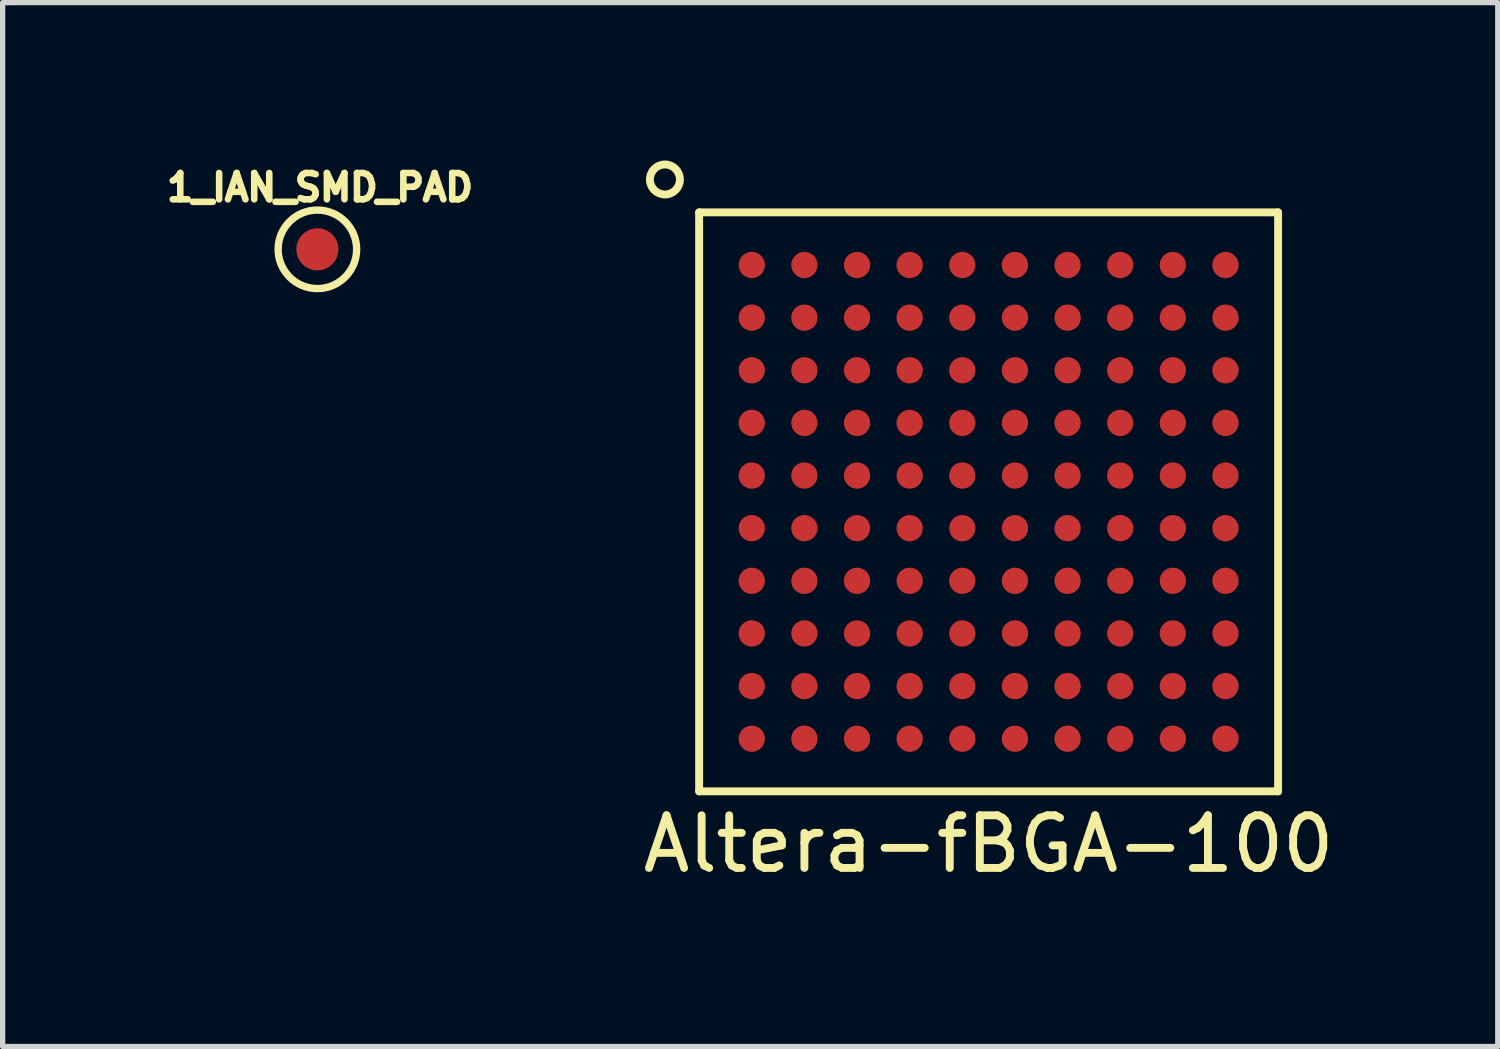
<source format=kicad_pcb>
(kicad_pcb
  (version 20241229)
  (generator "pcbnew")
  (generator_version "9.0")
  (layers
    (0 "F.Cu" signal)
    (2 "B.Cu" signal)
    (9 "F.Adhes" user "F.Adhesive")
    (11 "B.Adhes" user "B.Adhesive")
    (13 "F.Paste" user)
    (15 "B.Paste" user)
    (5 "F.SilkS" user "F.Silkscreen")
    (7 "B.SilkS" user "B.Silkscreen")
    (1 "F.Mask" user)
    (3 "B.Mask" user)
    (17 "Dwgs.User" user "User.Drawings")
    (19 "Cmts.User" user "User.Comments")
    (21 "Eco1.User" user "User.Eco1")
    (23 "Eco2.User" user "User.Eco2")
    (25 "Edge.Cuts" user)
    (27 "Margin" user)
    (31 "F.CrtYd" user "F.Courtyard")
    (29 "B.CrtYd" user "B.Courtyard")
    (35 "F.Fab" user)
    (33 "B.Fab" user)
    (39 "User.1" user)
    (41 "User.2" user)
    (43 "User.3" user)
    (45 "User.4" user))
  (footprint "1_IAN_SMD_PAD"
    (layer "F.Cu")
    (at 2.98 1.687)
    (property "Reference" "1_IAN_SMD_PAD" (at 0.05 -1.175 0) (layer "F.SilkS") (effects (font (size 0.5 0.5) (thickness 0.125))))
    (attr through_hole)
    (fp_circle (center 0 0) (end 0.475 0.575) (stroke (width 0.14) (type solid)) (fill no) (layer "F.SilkS"))
    (pad "1" smd circle (at 0 0) (size 0.8 0.8) (layers "F.Cu" "F.Mask" "F.Paste")))
  (footprint "Altera-fBGA-100"
    (layer "F.Cu")
    (at 15.733 6.485)
    (property "Reference" "Altera-fBGA-100" (at 0 6.5 0) (layer "F.SilkS") (effects (font (size 1 1) (thickness 0.15))))
    (attr through_hole)
    (fp_line (start -5.5 -5.5) (end 5.5 -5.5) (stroke (width 0.15) (type solid)) (layer "F.SilkS"))
    (fp_line (start -5.5 5.5) (end -5.5 -5.5) (stroke (width 0.15) (type solid)) (layer "F.SilkS"))
    (fp_line (start 5.5 -5.5) (end 5.5 5.5) (stroke (width 0.15) (type solid)) (layer "F.SilkS"))
    (fp_line (start 5.5 5.5) (end -5.5 5.5) (stroke (width 0.15) (type solid)) (layer "F.SilkS"))
    (fp_circle (center -6.15 -6.125) (end -6.375 -6.3) (stroke (width 0.15) (type solid)) (fill no) (layer "F.SilkS"))
    (pad "A1" smd circle (at -4.5 -4.5) (size 0.5 0.5) (layers "F.Cu" "F.Mask" "F.Paste"))
    (pad "A2" smd circle (at -3.5 -4.5) (size 0.5 0.5) (layers "F.Cu" "F.Mask" "F.Paste"))
    (pad "A3" smd circle (at -2.5 -4.5) (size 0.5 0.5) (layers "F.Cu" "F.Mask" "F.Paste"))
    (pad "A4" smd circle (at -1.5 -4.5) (size 0.5 0.5) (layers "F.Cu" "F.Mask" "F.Paste"))
    (pad "A5" smd circle (at -0.5 -4.5) (size 0.5 0.5) (layers "F.Cu" "F.Mask" "F.Paste"))
    (pad "A6" smd circle (at 0.5 -4.5) (size 0.5 0.5) (layers "F.Cu" "F.Mask" "F.Paste"))
    (pad "A7" smd circle (at 1.5 -4.5) (size 0.5 0.5) (layers "F.Cu" "F.Mask" "F.Paste"))
    (pad "A8" smd circle (at 2.5 -4.5) (size 0.5 0.5) (layers "F.Cu" "F.Mask" "F.Paste"))
    (pad "A9" smd circle (at 3.5 -4.5) (size 0.5 0.5) (layers "F.Cu" "F.Mask" "F.Paste"))
    (pad "A10" smd circle (at 4.5 -4.5) (size 0.5 0.5) (layers "F.Cu" "F.Mask" "F.Paste"))
    (pad "B1" smd circle (at -4.5 -3.5) (size 0.5 0.5) (layers "F.Cu" "F.Mask" "F.Paste"))
    (pad "B2" smd circle (at -3.5 -3.5) (size 0.5 0.5) (layers "F.Cu" "F.Mask" "F.Paste"))
    (pad "B3" smd circle (at -2.5 -3.5) (size 0.5 0.5) (layers "F.Cu" "F.Mask" "F.Paste"))
    (pad "B4" smd circle (at -1.5 -3.5) (size 0.5 0.5) (layers "F.Cu" "F.Mask" "F.Paste"))
    (pad "B5" smd circle (at -0.5 -3.5) (size 0.5 0.5) (layers "F.Cu" "F.Mask" "F.Paste"))
    (pad "B6" smd circle (at 0.5 -3.5) (size 0.5 0.5) (layers "F.Cu" "F.Mask" "F.Paste"))
    (pad "B7" smd circle (at 1.5 -3.5) (size 0.5 0.5) (layers "F.Cu" "F.Mask" "F.Paste"))
    (pad "B8" smd circle (at 2.5 -3.5) (size 0.5 0.5) (layers "F.Cu" "F.Mask" "F.Paste"))
    (pad "B9" smd circle (at 3.5 -3.5) (size 0.5 0.5) (layers "F.Cu" "F.Mask" "F.Paste"))
    (pad "B10" smd circle (at 4.5 -3.5) (size 0.5 0.5) (layers "F.Cu" "F.Mask" "F.Paste"))
    (pad "C1" smd circle (at -4.5 -2.5) (size 0.5 0.5) (layers "F.Cu" "F.Mask" "F.Paste"))
    (pad "C2" smd circle (at -3.5 -2.5) (size 0.5 0.5) (layers "F.Cu" "F.Mask" "F.Paste"))
    (pad "C3" smd circle (at -2.5 -2.5) (size 0.5 0.5) (layers "F.Cu" "F.Mask" "F.Paste"))
    (pad "C4" smd circle (at -1.5 -2.5) (size 0.5 0.5) (layers "F.Cu" "F.Mask" "F.Paste"))
    (pad "C5" smd circle (at -0.5 -2.5) (size 0.5 0.5) (layers "F.Cu" "F.Mask" "F.Paste"))
    (pad "C6" smd circle (at 0.5 -2.5) (size 0.5 0.5) (layers "F.Cu" "F.Mask" "F.Paste"))
    (pad "C7" smd circle (at 1.5 -2.5) (size 0.5 0.5) (layers "F.Cu" "F.Mask" "F.Paste"))
    (pad "C8" smd circle (at 2.5 -2.5) (size 0.5 0.5) (layers "F.Cu" "F.Mask" "F.Paste"))
    (pad "C9" smd circle (at 3.5 -2.5) (size 0.5 0.5) (layers "F.Cu" "F.Mask" "F.Paste"))
    (pad "C10" smd circle (at 4.5 -2.5) (size 0.5 0.5) (layers "F.Cu" "F.Mask" "F.Paste"))
    (pad "D1" smd circle (at -4.5 -1.5) (size 0.5 0.5) (layers "F.Cu" "F.Mask" "F.Paste"))
    (pad "D2" smd circle (at -3.5 -1.5) (size 0.5 0.5) (layers "F.Cu" "F.Mask" "F.Paste"))
    (pad "D3" smd circle (at -2.5 -1.5) (size 0.5 0.5) (layers "F.Cu" "F.Mask" "F.Paste"))
    (pad "D4" smd circle (at -1.5 -1.5) (size 0.5 0.5) (layers "F.Cu" "F.Mask" "F.Paste"))
    (pad "D5" smd circle (at -0.5 -1.5) (size 0.5 0.5) (layers "F.Cu" "F.Mask" "F.Paste"))
    (pad "D6" smd circle (at 0.5 -1.5) (size 0.5 0.5) (layers "F.Cu" "F.Mask" "F.Paste"))
    (pad "D7" smd circle (at 1.5 -1.5) (size 0.5 0.5) (layers "F.Cu" "F.Mask" "F.Paste"))
    (pad "D8" smd circle (at 2.5 -1.5) (size 0.5 0.5) (layers "F.Cu" "F.Mask" "F.Paste"))
    (pad "D9" smd circle (at 3.5 -1.5) (size 0.5 0.5) (layers "F.Cu" "F.Mask" "F.Paste"))
    (pad "D10" smd circle (at 4.5 -1.5) (size 0.5 0.5) (layers "F.Cu" "F.Mask" "F.Paste"))
    (pad "E1" smd circle (at -4.5 -0.5) (size 0.5 0.5) (layers "F.Cu" "F.Mask" "F.Paste"))
    (pad "E2" smd circle (at -3.5 -0.5) (size 0.5 0.5) (layers "F.Cu" "F.Mask" "F.Paste"))
    (pad "E3" smd circle (at -2.5 -0.5) (size 0.5 0.5) (layers "F.Cu" "F.Mask" "F.Paste"))
    (pad "E4" smd circle (at -1.5 -0.5) (size 0.5 0.5) (layers "F.Cu" "F.Mask" "F.Paste"))
    (pad "E5" smd circle (at -0.5 -0.5) (size 0.5 0.5) (layers "F.Cu" "F.Mask" "F.Paste"))
    (pad "E6" smd circle (at 0.5 -0.5) (size 0.5 0.5) (layers "F.Cu" "F.Mask" "F.Paste"))
    (pad "E7" smd circle (at 1.5 -0.5) (size 0.5 0.5) (layers "F.Cu" "F.Mask" "F.Paste"))
    (pad "E8" smd circle (at 2.5 -0.5) (size 0.5 0.5) (layers "F.Cu" "F.Mask" "F.Paste"))
    (pad "E9" smd circle (at 3.5 -0.5) (size 0.5 0.5) (layers "F.Cu" "F.Mask" "F.Paste"))
    (pad "E10" smd circle (at 4.5 -0.5) (size 0.5 0.5) (layers "F.Cu" "F.Mask" "F.Paste"))
    (pad "F1" smd circle (at -4.5 0.5) (size 0.5 0.5) (layers "F.Cu" "F.Mask" "F.Paste"))
    (pad "F2" smd circle (at -3.5 0.5) (size 0.5 0.5) (layers "F.Cu" "F.Mask" "F.Paste"))
    (pad "F3" smd circle (at -2.5 0.5) (size 0.5 0.5) (layers "F.Cu" "F.Mask" "F.Paste"))
    (pad "F4" smd circle (at -1.5 0.5) (size 0.5 0.5) (layers "F.Cu" "F.Mask" "F.Paste"))
    (pad "F5" smd circle (at -0.5 0.5) (size 0.5 0.5) (layers "F.Cu" "F.Mask" "F.Paste"))
    (pad "F6" smd circle (at 0.5 0.5) (size 0.5 0.5) (layers "F.Cu" "F.Mask" "F.Paste"))
    (pad "F7" smd circle (at 1.5 0.5) (size 0.5 0.5) (layers "F.Cu" "F.Mask" "F.Paste"))
    (pad "F8" smd circle (at 2.5 0.5) (size 0.5 0.5) (layers "F.Cu" "F.Mask" "F.Paste"))
    (pad "F9" smd circle (at 3.5 0.5) (size 0.5 0.5) (layers "F.Cu" "F.Mask" "F.Paste"))
    (pad "F10" smd circle (at 4.5 0.5) (size 0.5 0.5) (layers "F.Cu" "F.Mask" "F.Paste"))
    (pad "G1" smd circle (at -4.5 1.5) (size 0.5 0.5) (layers "F.Cu" "F.Mask" "F.Paste"))
    (pad "G2" smd circle (at -3.5 1.5) (size 0.5 0.5) (layers "F.Cu" "F.Mask" "F.Paste"))
    (pad "G3" smd circle (at -2.5 1.5) (size 0.5 0.5) (layers "F.Cu" "F.Mask" "F.Paste"))
    (pad "G4" smd circle (at -1.5 1.5) (size 0.5 0.5) (layers "F.Cu" "F.Mask" "F.Paste"))
    (pad "G5" smd circle (at -0.5 1.5) (size 0.5 0.5) (layers "F.Cu" "F.Mask" "F.Paste"))
    (pad "G6" smd circle (at 0.5 1.5) (size 0.5 0.5) (layers "F.Cu" "F.Mask" "F.Paste"))
    (pad "G7" smd circle (at 1.5 1.5) (size 0.5 0.5) (layers "F.Cu" "F.Mask" "F.Paste"))
    (pad "G8" smd circle (at 2.5 1.5) (size 0.5 0.5) (layers "F.Cu" "F.Mask" "F.Paste"))
    (pad "G9" smd circle (at 3.5 1.5) (size 0.5 0.5) (layers "F.Cu" "F.Mask" "F.Paste"))
    (pad "G10" smd circle (at 4.5 1.5) (size 0.5 0.5) (layers "F.Cu" "F.Mask" "F.Paste"))
    (pad "H1" smd circle (at -4.5 2.5) (size 0.5 0.5) (layers "F.Cu" "F.Mask" "F.Paste"))
    (pad "H2" smd circle (at -3.5 2.5) (size 0.5 0.5) (layers "F.Cu" "F.Mask" "F.Paste"))
    (pad "H3" smd circle (at -2.5 2.5) (size 0.5 0.5) (layers "F.Cu" "F.Mask" "F.Paste"))
    (pad "H4" smd circle (at -1.5 2.5) (size 0.5 0.5) (layers "F.Cu" "F.Mask" "F.Paste"))
    (pad "H5" smd circle (at -0.5 2.5) (size 0.5 0.5) (layers "F.Cu" "F.Mask" "F.Paste"))
    (pad "H6" smd circle (at 0.5 2.5) (size 0.5 0.5) (layers "F.Cu" "F.Mask" "F.Paste"))
    (pad "H7" smd circle (at 1.5 2.5) (size 0.5 0.5) (layers "F.Cu" "F.Mask" "F.Paste"))
    (pad "H8" smd circle (at 2.5 2.5) (size 0.5 0.5) (layers "F.Cu" "F.Mask" "F.Paste"))
    (pad "H9" smd circle (at 3.5 2.5) (size 0.5 0.5) (layers "F.Cu" "F.Mask" "F.Paste"))
    (pad "H10" smd circle (at 4.5 2.5) (size 0.5 0.5) (layers "F.Cu" "F.Mask" "F.Paste"))
    (pad "J1" smd circle (at -4.5 3.5) (size 0.5 0.5) (layers "F.Cu" "F.Mask" "F.Paste"))
    (pad "J2" smd circle (at -3.5 3.5) (size 0.5 0.5) (layers "F.Cu" "F.Mask" "F.Paste"))
    (pad "J3" smd circle (at -2.5 3.5) (size 0.5 0.5) (layers "F.Cu" "F.Mask" "F.Paste"))
    (pad "J4" smd circle (at -1.5 3.5) (size 0.5 0.5) (layers "F.Cu" "F.Mask" "F.Paste"))
    (pad "J5" smd circle (at -0.5 3.5) (size 0.5 0.5) (layers "F.Cu" "F.Mask" "F.Paste"))
    (pad "J6" smd circle (at 0.5 3.5) (size 0.5 0.5) (layers "F.Cu" "F.Mask" "F.Paste"))
    (pad "J7" smd circle (at 1.5 3.5) (size 0.5 0.5) (layers "F.Cu" "F.Mask" "F.Paste"))
    (pad "J8" smd circle (at 2.5 3.5) (size 0.5 0.5) (layers "F.Cu" "F.Mask" "F.Paste"))
    (pad "J9" smd circle (at 3.5 3.5) (size 0.5 0.5) (layers "F.Cu" "F.Mask" "F.Paste"))
    (pad "J10" smd circle (at 4.5 3.5) (size 0.5 0.5) (layers "F.Cu" "F.Mask" "F.Paste"))
    (pad "K1" smd circle (at -4.5 4.5) (size 0.5 0.5) (layers "F.Cu" "F.Mask" "F.Paste"))
    (pad "K2" smd circle (at -3.5 4.5) (size 0.5 0.5) (layers "F.Cu" "F.Mask" "F.Paste"))
    (pad "K3" smd circle (at -2.5 4.5) (size 0.5 0.5) (layers "F.Cu" "F.Mask" "F.Paste"))
    (pad "K4" smd circle (at -1.5 4.5) (size 0.5 0.5) (layers "F.Cu" "F.Mask" "F.Paste"))
    (pad "K5" smd circle (at -0.5 4.5) (size 0.5 0.5) (layers "F.Cu" "F.Mask" "F.Paste"))
    (pad "K6" smd circle (at 0.5 4.5) (size 0.5 0.5) (layers "F.Cu" "F.Mask" "F.Paste"))
    (pad "K7" smd circle (at 1.5 4.5) (size 0.5 0.5) (layers "F.Cu" "F.Mask" "F.Paste"))
    (pad "K8" smd circle (at 2.5 4.5) (size 0.5 0.5) (layers "F.Cu" "F.Mask" "F.Paste"))
    (pad "K9" smd circle (at 3.5 4.5) (size 0.5 0.5) (layers "F.Cu" "F.Mask" "F.Paste"))
    (pad "K10" smd circle (at 4.5 4.5) (size 0.5 0.5) (layers "F.Cu" "F.Mask" "F.Paste")))
  (gr_rect
    (start -3 -3)
    (end 25.406 16.833)
    (stroke (width 0.1) (type default))
    (fill no)
    (layer "Edge.Cuts")))
</source>
